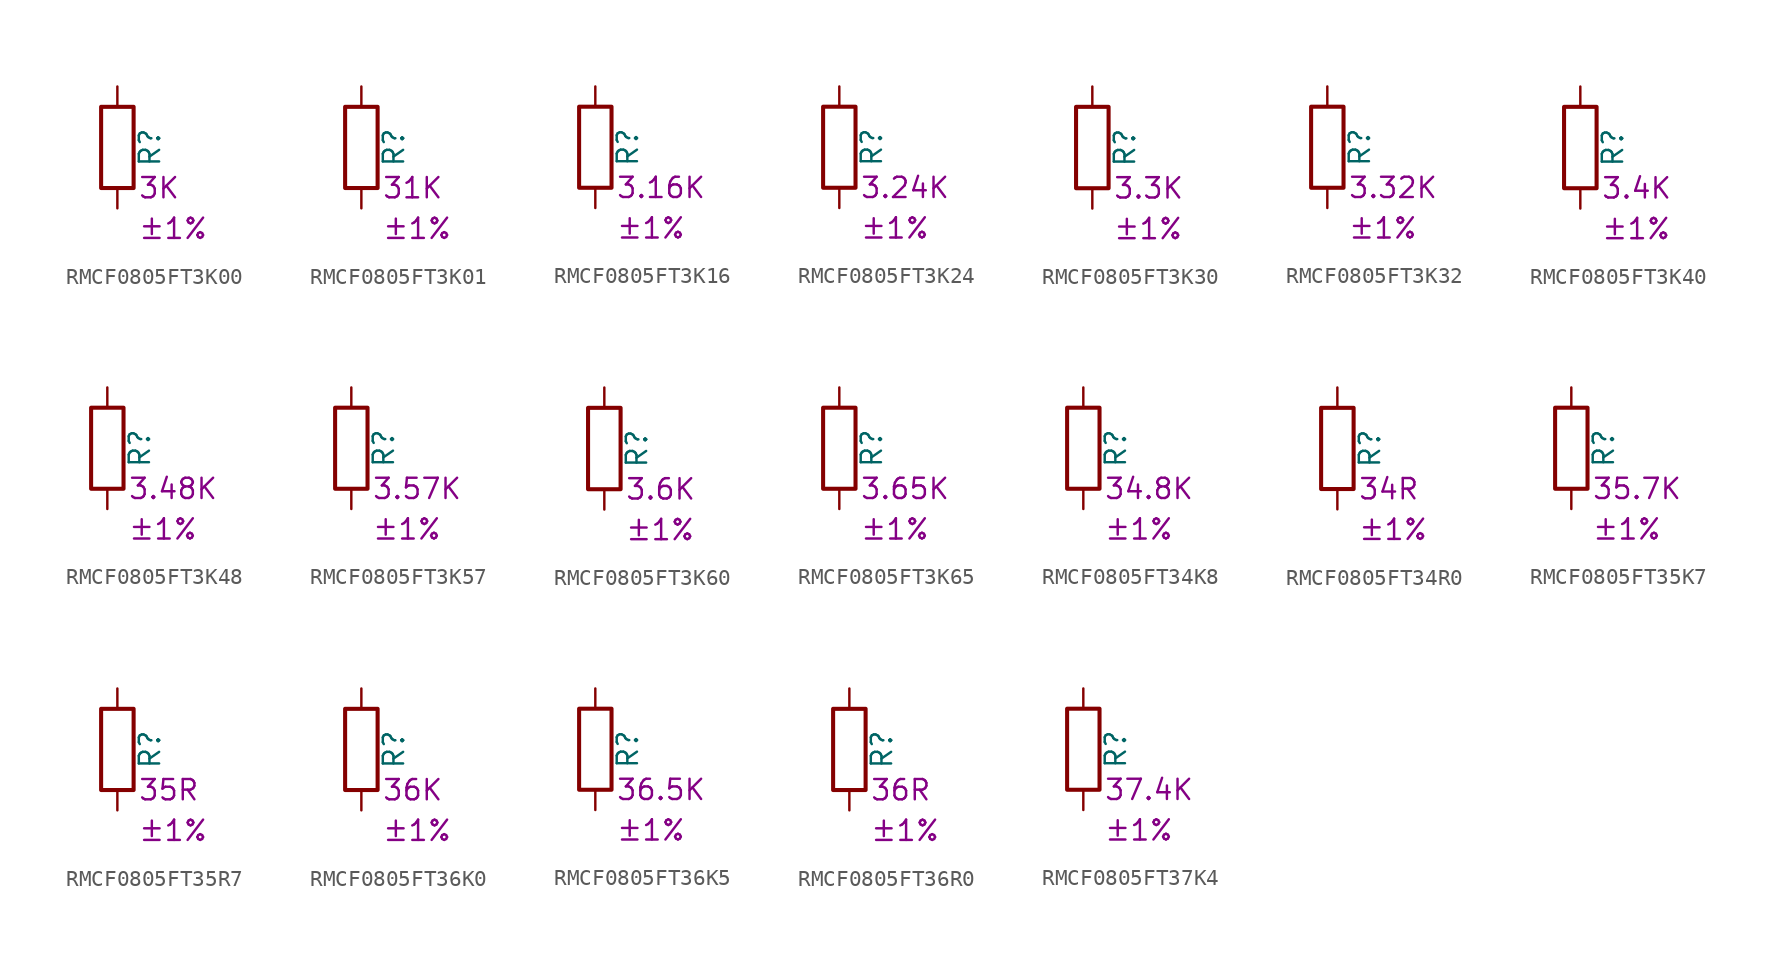
<source format=kicad_sym>
(kicad_symbol_lib
  (version 20220914)
  (generator kicad_symbol_editor)
  (symbol "RMCF0805FT3K00"
    (pin_numbers hide)
    (pin_names
      (offset 0))
    (property "Reference" "R"
      (at 2.032 0 90)
      (effects (font (size 1.27 1.27))))
    (property "Resistance" "3K"
      (at 1.27 -2.54 0)
      (effects (font (size 1.27 1.27)) (justify left)))
    (property "Tolerance" "±1%"
      (at 1.27 -5.08 0)
      (effects (font (size 1.27 1.27)) (justify left)))
    (symbol "RMCF0805FT3K00_0_1"
      (rectangle (start -1.016 -2.54) (end 1.016 2.54) (stroke (width 0.254) (type default)) (fill (type none))))
    (symbol "RMCF0805FT3K00_1_1"
      (pin passive line (at 0 3.81 270) (length 1.27) (name "~" (effects (font (size 1.27 1.27)))) (number "1" (effects (font (size 1.27 1.27)))))
      (pin passive line (at 0 -3.81 90) (length 1.27) (name "~" (effects (font (size 1.27 1.27)))) (number "2" (effects (font (size 1.27 1.27)))))))
  (symbol "RMCF0805FT3K01"
    (pin_numbers hide)
    (pin_names
      (offset 0))
    (property "Reference" "R"
      (at 2.032 0 90)
      (effects (font (size 1.27 1.27))))
    (property "Resistance" "31K"
      (at 1.27 -2.54 0)
      (effects (font (size 1.27 1.27)) (justify left)))
    (property "Tolerance" "±1%"
      (at 1.27 -5.08 0)
      (effects (font (size 1.27 1.27)) (justify left)))
    (symbol "RMCF0805FT3K01_0_1"
      (rectangle (start -1.016 -2.54) (end 1.016 2.54) (stroke (width 0.254) (type default)) (fill (type none))))
    (symbol "RMCF0805FT3K01_1_1"
      (pin passive line (at 0 3.81 270) (length 1.27) (name "~" (effects (font (size 1.27 1.27)))) (number "1" (effects (font (size 1.27 1.27)))))
      (pin passive line (at 0 -3.81 90) (length 1.27) (name "~" (effects (font (size 1.27 1.27)))) (number "2" (effects (font (size 1.27 1.27)))))))
  (symbol "RMCF0805FT3K16"
    (pin_numbers hide)
    (pin_names
      (offset 0))
    (property "Reference" "R"
      (at 2.032 0 90)
      (effects (font (size 1.27 1.27))))
    (property "Resistance" "3.16K"
      (at 1.27 -2.54 0)
      (effects (font (size 1.27 1.27)) (justify left)))
    (property "Tolerance" "±1%"
      (at 1.27 -5.08 0)
      (effects (font (size 1.27 1.27)) (justify left)))
    (symbol "RMCF0805FT3K16_0_1"
      (rectangle (start -1.016 -2.54) (end 1.016 2.54) (stroke (width 0.254) (type default)) (fill (type none))))
    (symbol "RMCF0805FT3K16_1_1"
      (pin passive line (at 0 3.81 270) (length 1.27) (name "~" (effects (font (size 1.27 1.27)))) (number "1" (effects (font (size 1.27 1.27)))))
      (pin passive line (at 0 -3.81 90) (length 1.27) (name "~" (effects (font (size 1.27 1.27)))) (number "2" (effects (font (size 1.27 1.27)))))))
  (symbol "RMCF0805FT3K24"
    (pin_numbers hide)
    (pin_names
      (offset 0))
    (property "Reference" "R"
      (at 2.032 0 90)
      (effects (font (size 1.27 1.27))))
    (property "Resistance" "3.24K"
      (at 1.27 -2.54 0)
      (effects (font (size 1.27 1.27)) (justify left)))
    (property "Tolerance" "±1%"
      (at 1.27 -5.08 0)
      (effects (font (size 1.27 1.27)) (justify left)))
    (symbol "RMCF0805FT3K24_0_1"
      (rectangle (start -1.016 -2.54) (end 1.016 2.54) (stroke (width 0.254) (type default)) (fill (type none))))
    (symbol "RMCF0805FT3K24_1_1"
      (pin passive line (at 0 3.81 270) (length 1.27) (name "~" (effects (font (size 1.27 1.27)))) (number "1" (effects (font (size 1.27 1.27)))))
      (pin passive line (at 0 -3.81 90) (length 1.27) (name "~" (effects (font (size 1.27 1.27)))) (number "2" (effects (font (size 1.27 1.27)))))))
  (symbol "RMCF0805FT3K30"
    (pin_numbers hide)
    (pin_names
      (offset 0))
    (property "Reference" "R"
      (at 2.032 0 90)
      (effects (font (size 1.27 1.27))))
    (property "Resistance" "3.3K"
      (at 1.27 -2.54 0)
      (effects (font (size 1.27 1.27)) (justify left)))
    (property "Tolerance" "±1%"
      (at 1.27 -5.08 0)
      (effects (font (size 1.27 1.27)) (justify left)))
    (symbol "RMCF0805FT3K30_0_1"
      (rectangle (start -1.016 -2.54) (end 1.016 2.54) (stroke (width 0.254) (type default)) (fill (type none))))
    (symbol "RMCF0805FT3K30_1_1"
      (pin passive line (at 0 3.81 270) (length 1.27) (name "~" (effects (font (size 1.27 1.27)))) (number "1" (effects (font (size 1.27 1.27)))))
      (pin passive line (at 0 -3.81 90) (length 1.27) (name "~" (effects (font (size 1.27 1.27)))) (number "2" (effects (font (size 1.27 1.27)))))))
  (symbol "RMCF0805FT3K32"
    (pin_numbers hide)
    (pin_names
      (offset 0))
    (property "Reference" "R"
      (at 2.032 0 90)
      (effects (font (size 1.27 1.27))))
    (property "Resistance" "3.32K"
      (at 1.27 -2.54 0)
      (effects (font (size 1.27 1.27)) (justify left)))
    (property "Tolerance" "±1%"
      (at 1.27 -5.08 0)
      (effects (font (size 1.27 1.27)) (justify left)))
    (symbol "RMCF0805FT3K32_0_1"
      (rectangle (start -1.016 -2.54) (end 1.016 2.54) (stroke (width 0.254) (type default)) (fill (type none))))
    (symbol "RMCF0805FT3K32_1_1"
      (pin passive line (at 0 3.81 270) (length 1.27) (name "~" (effects (font (size 1.27 1.27)))) (number "1" (effects (font (size 1.27 1.27)))))
      (pin passive line (at 0 -3.81 90) (length 1.27) (name "~" (effects (font (size 1.27 1.27)))) (number "2" (effects (font (size 1.27 1.27)))))))
  (symbol "RMCF0805FT3K40"
    (pin_numbers hide)
    (pin_names
      (offset 0))
    (property "Reference" "R"
      (at 2.032 0 90)
      (effects (font (size 1.27 1.27))))
    (property "Resistance" "3.4K"
      (at 1.27 -2.54 0)
      (effects (font (size 1.27 1.27)) (justify left)))
    (property "Tolerance" "±1%"
      (at 1.27 -5.08 0)
      (effects (font (size 1.27 1.27)) (justify left)))
    (symbol "RMCF0805FT3K40_0_1"
      (rectangle (start -1.016 -2.54) (end 1.016 2.54) (stroke (width 0.254) (type default)) (fill (type none))))
    (symbol "RMCF0805FT3K40_1_1"
      (pin passive line (at 0 3.81 270) (length 1.27) (name "~" (effects (font (size 1.27 1.27)))) (number "1" (effects (font (size 1.27 1.27)))))
      (pin passive line (at 0 -3.81 90) (length 1.27) (name "~" (effects (font (size 1.27 1.27)))) (number "2" (effects (font (size 1.27 1.27)))))))
  (symbol "RMCF0805FT3K48"
    (pin_numbers hide)
    (pin_names
      (offset 0))
    (property "Reference" "R"
      (at 2.032 0 90)
      (effects (font (size 1.27 1.27))))
    (property "Resistance" "3.48K"
      (at 1.27 -2.54 0)
      (effects (font (size 1.27 1.27)) (justify left)))
    (property "Tolerance" "±1%"
      (at 1.27 -5.08 0)
      (effects (font (size 1.27 1.27)) (justify left)))
    (symbol "RMCF0805FT3K48_0_1"
      (rectangle (start -1.016 -2.54) (end 1.016 2.54) (stroke (width 0.254) (type default)) (fill (type none))))
    (symbol "RMCF0805FT3K48_1_1"
      (pin passive line (at 0 3.81 270) (length 1.27) (name "~" (effects (font (size 1.27 1.27)))) (number "1" (effects (font (size 1.27 1.27)))))
      (pin passive line (at 0 -3.81 90) (length 1.27) (name "~" (effects (font (size 1.27 1.27)))) (number "2" (effects (font (size 1.27 1.27)))))))
  (symbol "RMCF0805FT3K57"
    (pin_numbers hide)
    (pin_names
      (offset 0))
    (property "Reference" "R"
      (at 2.032 0 90)
      (effects (font (size 1.27 1.27))))
    (property "Resistance" "3.57K"
      (at 1.27 -2.54 0)
      (effects (font (size 1.27 1.27)) (justify left)))
    (property "Tolerance" "±1%"
      (at 1.27 -5.08 0)
      (effects (font (size 1.27 1.27)) (justify left)))
    (symbol "RMCF0805FT3K57_0_1"
      (rectangle (start -1.016 -2.54) (end 1.016 2.54) (stroke (width 0.254) (type default)) (fill (type none))))
    (symbol "RMCF0805FT3K57_1_1"
      (pin passive line (at 0 3.81 270) (length 1.27) (name "~" (effects (font (size 1.27 1.27)))) (number "1" (effects (font (size 1.27 1.27)))))
      (pin passive line (at 0 -3.81 90) (length 1.27) (name "~" (effects (font (size 1.27 1.27)))) (number "2" (effects (font (size 1.27 1.27)))))))
  (symbol "RMCF0805FT3K60"
    (pin_numbers hide)
    (pin_names
      (offset 0))
    (property "Reference" "R"
      (at 2.032 0 90)
      (effects (font (size 1.27 1.27))))
    (property "Resistance" "3.6K"
      (at 1.27 -2.54 0)
      (effects (font (size 1.27 1.27)) (justify left)))
    (property "Tolerance" "±1%"
      (at 1.27 -5.08 0)
      (effects (font (size 1.27 1.27)) (justify left)))
    (symbol "RMCF0805FT3K60_0_1"
      (rectangle (start -1.016 -2.54) (end 1.016 2.54) (stroke (width 0.254) (type default)) (fill (type none))))
    (symbol "RMCF0805FT3K60_1_1"
      (pin passive line (at 0 3.81 270) (length 1.27) (name "~" (effects (font (size 1.27 1.27)))) (number "1" (effects (font (size 1.27 1.27)))))
      (pin passive line (at 0 -3.81 90) (length 1.27) (name "~" (effects (font (size 1.27 1.27)))) (number "2" (effects (font (size 1.27 1.27)))))))
  (symbol "RMCF0805FT3K65"
    (pin_numbers hide)
    (pin_names
      (offset 0))
    (property "Reference" "R"
      (at 2.032 0 90)
      (effects (font (size 1.27 1.27))))
    (property "Resistance" "3.65K"
      (at 1.27 -2.54 0)
      (effects (font (size 1.27 1.27)) (justify left)))
    (property "Tolerance" "±1%"
      (at 1.27 -5.08 0)
      (effects (font (size 1.27 1.27)) (justify left)))
    (symbol "RMCF0805FT3K65_0_1"
      (rectangle (start -1.016 -2.54) (end 1.016 2.54) (stroke (width 0.254) (type default)) (fill (type none))))
    (symbol "RMCF0805FT3K65_1_1"
      (pin passive line (at 0 3.81 270) (length 1.27) (name "~" (effects (font (size 1.27 1.27)))) (number "1" (effects (font (size 1.27 1.27)))))
      (pin passive line (at 0 -3.81 90) (length 1.27) (name "~" (effects (font (size 1.27 1.27)))) (number "2" (effects (font (size 1.27 1.27)))))))
  (symbol "RMCF0805FT34K8"
    (pin_numbers hide)
    (pin_names
      (offset 0))
    (property "Reference" "R"
      (at 2.032 0 90)
      (effects (font (size 1.27 1.27))))
    (property "Resistance" "34.8K"
      (at 1.27 -2.54 0)
      (effects (font (size 1.27 1.27)) (justify left)))
    (property "Tolerance" "±1%"
      (at 1.27 -5.08 0)
      (effects (font (size 1.27 1.27)) (justify left)))
    (symbol "RMCF0805FT34K8_0_1"
      (rectangle (start -1.016 -2.54) (end 1.016 2.54) (stroke (width 0.254) (type default)) (fill (type none))))
    (symbol "RMCF0805FT34K8_1_1"
      (pin passive line (at 0 3.81 270) (length 1.27) (name "~" (effects (font (size 1.27 1.27)))) (number "1" (effects (font (size 1.27 1.27)))))
      (pin passive line (at 0 -3.81 90) (length 1.27) (name "~" (effects (font (size 1.27 1.27)))) (number "2" (effects (font (size 1.27 1.27)))))))
  (symbol "RMCF0805FT34R0"
    (pin_numbers hide)
    (pin_names
      (offset 0))
    (property "Reference" "R"
      (at 2.032 0 90)
      (effects (font (size 1.27 1.27))))
    (property "Resistance" "34R"
      (at 1.27 -2.54 0)
      (effects (font (size 1.27 1.27)) (justify left)))
    (property "Tolerance" "±1%"
      (at 1.27 -5.08 0)
      (effects (font (size 1.27 1.27)) (justify left)))
    (symbol "RMCF0805FT34R0_0_1"
      (rectangle (start -1.016 -2.54) (end 1.016 2.54) (stroke (width 0.254) (type default)) (fill (type none))))
    (symbol "RMCF0805FT34R0_1_1"
      (pin passive line (at 0 3.81 270) (length 1.27) (name "~" (effects (font (size 1.27 1.27)))) (number "1" (effects (font (size 1.27 1.27)))))
      (pin passive line (at 0 -3.81 90) (length 1.27) (name "~" (effects (font (size 1.27 1.27)))) (number "2" (effects (font (size 1.27 1.27)))))))
  (symbol "RMCF0805FT35K7"
    (pin_numbers hide)
    (pin_names
      (offset 0))
    (property "Reference" "R"
      (at 2.032 0 90)
      (effects (font (size 1.27 1.27))))
    (property "Resistance" "35.7K"
      (at 1.27 -2.54 0)
      (effects (font (size 1.27 1.27)) (justify left)))
    (property "Tolerance" "±1%"
      (at 1.27 -5.08 0)
      (effects (font (size 1.27 1.27)) (justify left)))
    (symbol "RMCF0805FT35K7_0_1"
      (rectangle (start -1.016 -2.54) (end 1.016 2.54) (stroke (width 0.254) (type default)) (fill (type none))))
    (symbol "RMCF0805FT35K7_1_1"
      (pin passive line (at 0 3.81 270) (length 1.27) (name "~" (effects (font (size 1.27 1.27)))) (number "1" (effects (font (size 1.27 1.27)))))
      (pin passive line (at 0 -3.81 90) (length 1.27) (name "~" (effects (font (size 1.27 1.27)))) (number "2" (effects (font (size 1.27 1.27)))))))
  (symbol "RMCF0805FT35R7"
    (pin_numbers hide)
    (pin_names
      (offset 0))
    (property "Reference" "R"
      (at 2.032 0 90)
      (effects (font (size 1.27 1.27))))
    (property "Resistance" "35R"
      (at 1.27 -2.54 0)
      (effects (font (size 1.27 1.27)) (justify left)))
    (property "Tolerance" "±1%"
      (at 1.27 -5.08 0)
      (effects (font (size 1.27 1.27)) (justify left)))
    (symbol "RMCF0805FT35R7_0_1"
      (rectangle (start -1.016 -2.54) (end 1.016 2.54) (stroke (width 0.254) (type default)) (fill (type none))))
    (symbol "RMCF0805FT35R7_1_1"
      (pin passive line (at 0 3.81 270) (length 1.27) (name "~" (effects (font (size 1.27 1.27)))) (number "1" (effects (font (size 1.27 1.27)))))
      (pin passive line (at 0 -3.81 90) (length 1.27) (name "~" (effects (font (size 1.27 1.27)))) (number "2" (effects (font (size 1.27 1.27)))))))
  (symbol "RMCF0805FT36K0"
    (pin_numbers hide)
    (pin_names
      (offset 0))
    (property "Reference" "R"
      (at 2.032 0 90)
      (effects (font (size 1.27 1.27))))
    (property "Resistance" "36K"
      (at 1.27 -2.54 0)
      (effects (font (size 1.27 1.27)) (justify left)))
    (property "Tolerance" "±1%"
      (at 1.27 -5.08 0)
      (effects (font (size 1.27 1.27)) (justify left)))
    (symbol "RMCF0805FT36K0_0_1"
      (rectangle (start -1.016 -2.54) (end 1.016 2.54) (stroke (width 0.254) (type default)) (fill (type none))))
    (symbol "RMCF0805FT36K0_1_1"
      (pin passive line (at 0 3.81 270) (length 1.27) (name "~" (effects (font (size 1.27 1.27)))) (number "1" (effects (font (size 1.27 1.27)))))
      (pin passive line (at 0 -3.81 90) (length 1.27) (name "~" (effects (font (size 1.27 1.27)))) (number "2" (effects (font (size 1.27 1.27)))))))
  (symbol "RMCF0805FT36K5"
    (pin_numbers hide)
    (pin_names
      (offset 0))
    (property "Reference" "R"
      (at 2.032 0 90)
      (effects (font (size 1.27 1.27))))
    (property "Resistance" "36.5K"
      (at 1.27 -2.54 0)
      (effects (font (size 1.27 1.27)) (justify left)))
    (property "Tolerance" "±1%"
      (at 1.27 -5.08 0)
      (effects (font (size 1.27 1.27)) (justify left)))
    (symbol "RMCF0805FT36K5_0_1"
      (rectangle (start -1.016 -2.54) (end 1.016 2.54) (stroke (width 0.254) (type default)) (fill (type none))))
    (symbol "RMCF0805FT36K5_1_1"
      (pin passive line (at 0 3.81 270) (length 1.27) (name "~" (effects (font (size 1.27 1.27)))) (number "1" (effects (font (size 1.27 1.27)))))
      (pin passive line (at 0 -3.81 90) (length 1.27) (name "~" (effects (font (size 1.27 1.27)))) (number "2" (effects (font (size 1.27 1.27)))))))
  (symbol "RMCF0805FT36R0"
    (pin_numbers hide)
    (pin_names
      (offset 0))
    (property "Reference" "R"
      (at 2.032 0 90)
      (effects (font (size 1.27 1.27))))
    (property "Resistance" "36R"
      (at 1.27 -2.54 0)
      (effects (font (size 1.27 1.27)) (justify left)))
    (property "Tolerance" "±1%"
      (at 1.27 -5.08 0)
      (effects (font (size 1.27 1.27)) (justify left)))
    (symbol "RMCF0805FT36R0_0_1"
      (rectangle (start -1.016 -2.54) (end 1.016 2.54) (stroke (width 0.254) (type default)) (fill (type none))))
    (symbol "RMCF0805FT36R0_1_1"
      (pin passive line (at 0 3.81 270) (length 1.27) (name "~" (effects (font (size 1.27 1.27)))) (number "1" (effects (font (size 1.27 1.27)))))
      (pin passive line (at 0 -3.81 90) (length 1.27) (name "~" (effects (font (size 1.27 1.27)))) (number "2" (effects (font (size 1.27 1.27)))))))
  (symbol "RMCF0805FT37K4"
    (pin_numbers hide)
    (pin_names
      (offset 0))
    (property "Reference" "R"
      (at 2.032 0 90)
      (effects (font (size 1.27 1.27))))
    (property "Resistance" "37.4K"
      (at 1.27 -2.54 0)
      (effects (font (size 1.27 1.27)) (justify left)))
    (property "Tolerance" "±1%"
      (at 1.27 -5.08 0)
      (effects (font (size 1.27 1.27)) (justify left)))
    (symbol "RMCF0805FT37K4_0_1"
      (rectangle (start -1.016 -2.54) (end 1.016 2.54) (stroke (width 0.254) (type default)) (fill (type none))))
    (symbol "RMCF0805FT37K4_1_1"
      (pin passive line (at 0 3.81 270) (length 1.27) (name "~" (effects (font (size 1.27 1.27)))) (number "1" (effects (font (size 1.27 1.27)))))
      (pin passive line (at 0 -3.81 90) (length 1.27) (name "~" (effects (font (size 1.27 1.27)))) (number "2" (effects (font (size 1.27 1.27))))))))
</source>
